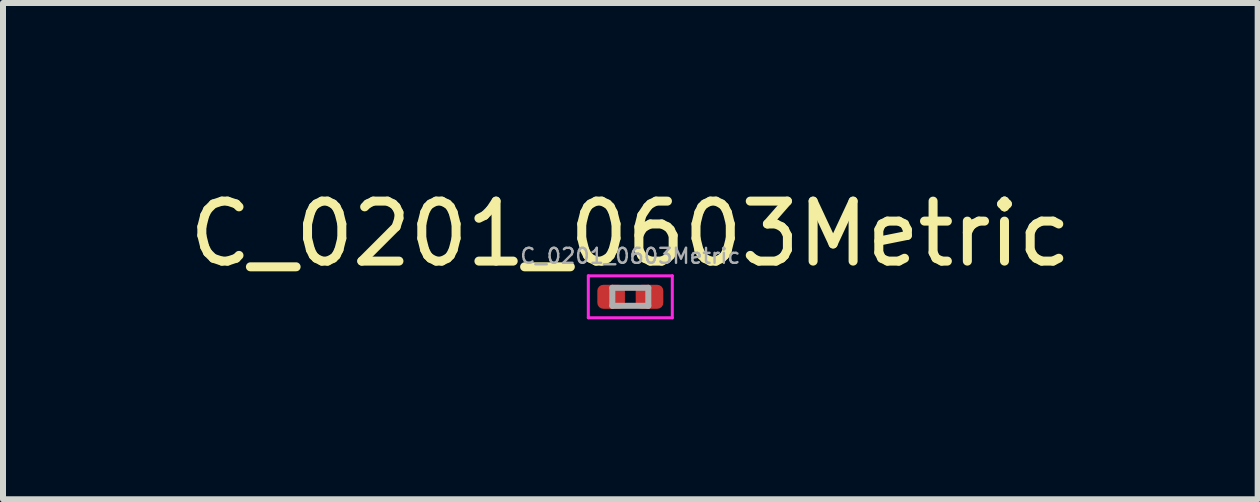
<source format=kicad_pcb>
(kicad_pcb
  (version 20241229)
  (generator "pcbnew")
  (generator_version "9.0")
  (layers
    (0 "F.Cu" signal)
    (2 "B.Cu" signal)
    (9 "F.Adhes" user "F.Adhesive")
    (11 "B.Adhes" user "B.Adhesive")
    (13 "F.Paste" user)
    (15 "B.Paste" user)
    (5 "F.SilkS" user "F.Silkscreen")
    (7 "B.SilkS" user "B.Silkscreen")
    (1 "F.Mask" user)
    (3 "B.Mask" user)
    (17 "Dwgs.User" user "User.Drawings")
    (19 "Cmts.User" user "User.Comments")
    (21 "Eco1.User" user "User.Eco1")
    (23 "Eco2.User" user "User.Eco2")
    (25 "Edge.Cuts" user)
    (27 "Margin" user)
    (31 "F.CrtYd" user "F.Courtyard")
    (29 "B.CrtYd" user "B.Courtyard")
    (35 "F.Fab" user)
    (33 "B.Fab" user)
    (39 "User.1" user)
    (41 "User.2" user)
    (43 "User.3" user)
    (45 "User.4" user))
  (footprint "C_0201_0603Metric"
    (layer "F.Cu")
    (at 7.458 1.898)
    (property "Reference" "C_0201_0603Metric" (at 0 -1.05 0) (layer "F.SilkS") (effects (font (size 1 1) (thickness 0.15))))
    (attr smd)
    (fp_line (start -0.7 -0.35) (end 0.7 -0.35) (stroke (width 0.05) (type solid)) (layer "F.CrtYd"))
    (fp_line (start -0.7 0.35) (end -0.7 -0.35) (stroke (width 0.05) (type solid)) (layer "F.CrtYd"))
    (fp_line (start 0.7 -0.35) (end 0.7 0.35) (stroke (width 0.05) (type solid)) (layer "F.CrtYd"))
    (fp_line (start 0.7 0.35) (end -0.7 0.35) (stroke (width 0.05) (type solid)) (layer "F.CrtYd"))
    (fp_line (start -0.3 -0.15) (end 0.3 -0.15) (stroke (width 0.1) (type solid)) (layer "F.Fab"))
    (fp_line (start -0.3 0.15) (end -0.3 -0.15) (stroke (width 0.1) (type solid)) (layer "F.Fab"))
    (fp_line (start 0.3 -0.15) (end 0.3 0.15) (stroke (width 0.1) (type solid)) (layer "F.Fab"))
    (fp_line (start 0.3 0.15) (end -0.3 0.15) (stroke (width 0.1) (type solid)) (layer "F.Fab"))
    (fp_text user "${REFERENCE}" (at 0 -0.68 0) (layer "F.Fab") (effects (font (size 0.25 0.25) (thickness 0.04))))
    (pad "" smd roundrect (at -0.345 0) (size 0.318 0.36) (layers "F.Paste") (roundrect_rratio 0.25))
    (pad "" smd roundrect (at 0.345 0) (size 0.318 0.36) (layers "F.Paste") (roundrect_rratio 0.25))
    (pad "1" smd roundrect (at -0.32 0) (size 0.46 0.4) (layers "F.Cu" "F.Mask") (roundrect_rratio 0.25))
    (pad "2" smd roundrect (at 0.32 0) (size 0.46 0.4) (layers "F.Cu" "F.Mask") (roundrect_rratio 0.25)))
  (gr_rect
    (start -3 -3)
    (end 17.917 5.273)
    (stroke (width 0.1) (type default))
    (fill no)
    (layer "Edge.Cuts")))
</source>
